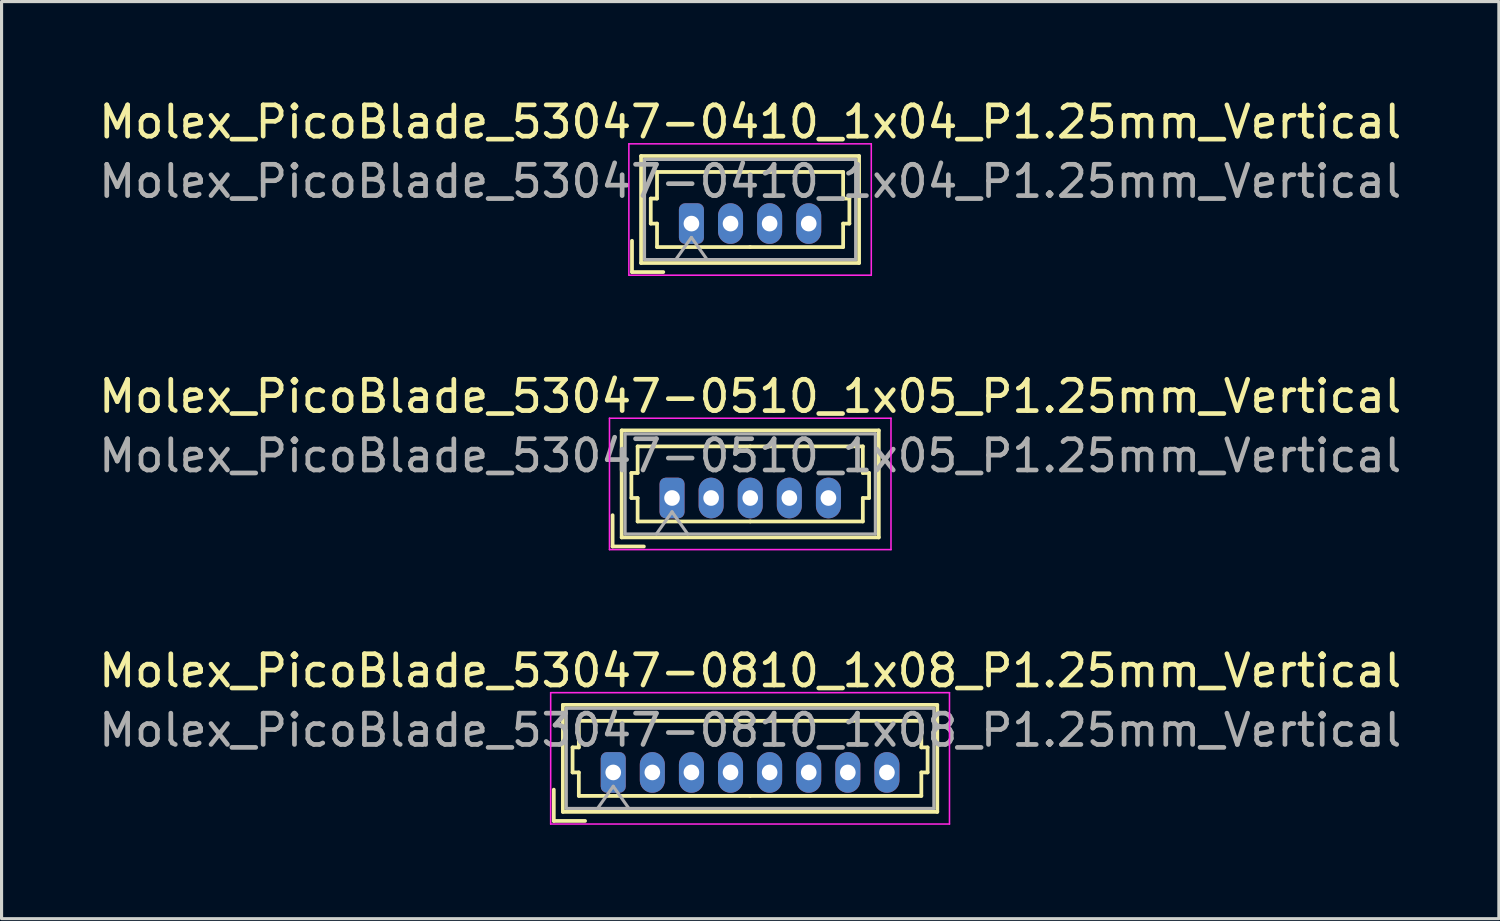
<source format=kicad_pcb>
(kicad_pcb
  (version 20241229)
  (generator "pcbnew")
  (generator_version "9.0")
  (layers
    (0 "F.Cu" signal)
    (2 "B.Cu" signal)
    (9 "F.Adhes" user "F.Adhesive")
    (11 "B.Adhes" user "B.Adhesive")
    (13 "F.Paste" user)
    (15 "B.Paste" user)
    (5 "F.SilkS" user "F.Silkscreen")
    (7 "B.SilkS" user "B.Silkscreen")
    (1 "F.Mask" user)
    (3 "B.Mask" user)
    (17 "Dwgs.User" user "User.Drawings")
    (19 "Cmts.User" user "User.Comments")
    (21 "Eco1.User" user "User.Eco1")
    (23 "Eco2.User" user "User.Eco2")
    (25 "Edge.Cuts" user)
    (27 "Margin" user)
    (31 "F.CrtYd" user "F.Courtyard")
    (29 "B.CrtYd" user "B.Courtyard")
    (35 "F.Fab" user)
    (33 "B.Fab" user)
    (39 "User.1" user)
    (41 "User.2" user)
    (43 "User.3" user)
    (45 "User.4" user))
  (footprint "Molex_PicoBlade_53047-0810_1x08_P1.25mm_Vertical"
    (layer "F.Cu")
    (at 16.555 21.645)
    (property "Reference" "Molex_PicoBlade_53047-0810_1x08_P1.25mm_Vertical" (at 4.38 -3.25 0) (layer "F.SilkS") (effects (font (size 1 1) (thickness 0.15))))
    (attr through_hole)
    (fp_line (start -1.9 1.55) (end -1.9 0.55) (stroke (width 0.12) (type solid)) (layer "F.SilkS"))
    (fp_line (start -1.9 1.55) (end -0.9 1.55) (stroke (width 0.12) (type solid)) (layer "F.SilkS"))
    (fp_line (start -1.61 -2.16) (end -1.61 1.26) (stroke (width 0.12) (type solid)) (layer "F.SilkS"))
    (fp_line (start -1.61 1.26) (end 10.36 1.26) (stroke (width 0.12) (type solid)) (layer "F.SilkS"))
    (fp_line (start -1.3 -0.8) (end -1.1 -0.8) (stroke (width 0.12) (type solid)) (layer "F.SilkS"))
    (fp_line (start -1.3 0) (end -1.3 -0.8) (stroke (width 0.12) (type solid)) (layer "F.SilkS"))
    (fp_line (start -1.1 -1.65) (end 4.375 -1.65) (stroke (width 0.12) (type solid)) (layer "F.SilkS"))
    (fp_line (start -1.1 -0.8) (end -1.1 -1.65) (stroke (width 0.12) (type solid)) (layer "F.SilkS"))
    (fp_line (start -1.1 0) (end -1.3 0) (stroke (width 0.12) (type solid)) (layer "F.SilkS"))
    (fp_line (start -1.1 0.75) (end -1.1 0) (stroke (width 0.12) (type solid)) (layer "F.SilkS"))
    (fp_line (start 4.375 0.75) (end -1.1 0.75) (stroke (width 0.12) (type solid)) (layer "F.SilkS"))
    (fp_line (start 4.375 0.75) (end 9.85 0.75) (stroke (width 0.12) (type solid)) (layer "F.SilkS"))
    (fp_line (start 9.85 -1.65) (end 4.375 -1.65) (stroke (width 0.12) (type solid)) (layer "F.SilkS"))
    (fp_line (start 9.85 -0.8) (end 9.85 -1.65) (stroke (width 0.12) (type solid)) (layer "F.SilkS"))
    (fp_line (start 9.85 0) (end 10.05 0) (stroke (width 0.12) (type solid)) (layer "F.SilkS"))
    (fp_line (start 9.85 0.75) (end 9.85 0) (stroke (width 0.12) (type solid)) (layer "F.SilkS"))
    (fp_line (start 10.05 -0.8) (end 9.85 -0.8) (stroke (width 0.12) (type solid)) (layer "F.SilkS"))
    (fp_line (start 10.05 0) (end 10.05 -0.8) (stroke (width 0.12) (type solid)) (layer "F.SilkS"))
    (fp_line (start 10.36 -2.16) (end -1.61 -2.16) (stroke (width 0.12) (type solid)) (layer "F.SilkS"))
    (fp_line (start 10.36 1.26) (end 10.36 -2.16) (stroke (width 0.12) (type solid)) (layer "F.SilkS"))
    (fp_line (start -2 -2.55) (end -2 1.65) (stroke (width 0.05) (type solid)) (layer "F.CrtYd"))
    (fp_line (start -2 1.65) (end 10.75 1.65) (stroke (width 0.05) (type solid)) (layer "F.CrtYd"))
    (fp_line (start 10.75 -2.55) (end -2 -2.55) (stroke (width 0.05) (type solid)) (layer "F.CrtYd"))
    (fp_line (start 10.75 1.65) (end 10.75 -2.55) (stroke (width 0.05) (type solid)) (layer "F.CrtYd"))
    (fp_line (start -1.5 -2.05) (end -1.5 1.15) (stroke (width 0.1) (type solid)) (layer "F.Fab"))
    (fp_line (start -1.5 1.15) (end 10.25 1.15) (stroke (width 0.1) (type solid)) (layer "F.Fab"))
    (fp_line (start -0.5 1.15) (end 0 0.443) (stroke (width 0.1) (type solid)) (layer "F.Fab"))
    (fp_line (start 0 0.443) (end 0.5 1.15) (stroke (width 0.1) (type solid)) (layer "F.Fab"))
    (fp_line (start 10.25 -2.05) (end -1.5 -2.05) (stroke (width 0.1) (type solid)) (layer "F.Fab"))
    (fp_line (start 10.25 1.15) (end 10.25 -2.05) (stroke (width 0.1) (type solid)) (layer "F.Fab"))
    (fp_text user "${REFERENCE}" (at 4.38 -1.35 0) (layer "F.Fab") (effects (font (size 1 1) (thickness 0.15))))
    (pad "1" thru_hole roundrect (at 0 0) (size 0.8 1.3) (drill 0.5) (layers "*.Cu" "*.Mask") (roundrect_rratio 0.25))
    (pad "2" thru_hole oval (at 1.25 0) (size 0.8 1.3) (drill 0.5) (layers "*.Cu" "*.Mask"))
    (pad "3" thru_hole oval (at 2.5 0) (size 0.8 1.3) (drill 0.5) (layers "*.Cu" "*.Mask"))
    (pad "4" thru_hole oval (at 3.75 0) (size 0.8 1.3) (drill 0.5) (layers "*.Cu" "*.Mask"))
    (pad "5" thru_hole oval (at 5 0) (size 0.8 1.3) (drill 0.5) (layers "*.Cu" "*.Mask"))
    (pad "6" thru_hole oval (at 6.25 0) (size 0.8 1.3) (drill 0.5) (layers "*.Cu" "*.Mask"))
    (pad "7" thru_hole oval (at 7.5 0) (size 0.8 1.3) (drill 0.5) (layers "*.Cu" "*.Mask"))
    (pad "8" thru_hole oval (at 8.75 0) (size 0.8 1.3) (drill 0.5) (layers "*.Cu" "*.Mask")))
  (footprint "Molex_PicoBlade_53047-0410_1x04_P1.25mm_Vertical"
    (layer "F.Cu")
    (at 19.055 4.098)
    (property "Reference" "Molex_PicoBlade_53047-0410_1x04_P1.25mm_Vertical" (at 1.88 -3.25 0) (layer "F.SilkS") (effects (font (size 1 1) (thickness 0.15))))
    (attr through_hole)
    (fp_line (start -1.9 1.55) (end -1.9 0.55) (stroke (width 0.12) (type solid)) (layer "F.SilkS"))
    (fp_line (start -1.9 1.55) (end -0.9 1.55) (stroke (width 0.12) (type solid)) (layer "F.SilkS"))
    (fp_line (start -1.61 -2.16) (end -1.61 1.26) (stroke (width 0.12) (type solid)) (layer "F.SilkS"))
    (fp_line (start -1.61 1.26) (end 5.36 1.26) (stroke (width 0.12) (type solid)) (layer "F.SilkS"))
    (fp_line (start -1.3 -0.8) (end -1.1 -0.8) (stroke (width 0.12) (type solid)) (layer "F.SilkS"))
    (fp_line (start -1.3 0) (end -1.3 -0.8) (stroke (width 0.12) (type solid)) (layer "F.SilkS"))
    (fp_line (start -1.1 -1.65) (end 1.875 -1.65) (stroke (width 0.12) (type solid)) (layer "F.SilkS"))
    (fp_line (start -1.1 -0.8) (end -1.1 -1.65) (stroke (width 0.12) (type solid)) (layer "F.SilkS"))
    (fp_line (start -1.1 0) (end -1.3 0) (stroke (width 0.12) (type solid)) (layer "F.SilkS"))
    (fp_line (start -1.1 0.75) (end -1.1 0) (stroke (width 0.12) (type solid)) (layer "F.SilkS"))
    (fp_line (start 1.875 0.75) (end -1.1 0.75) (stroke (width 0.12) (type solid)) (layer "F.SilkS"))
    (fp_line (start 1.875 0.75) (end 4.85 0.75) (stroke (width 0.12) (type solid)) (layer "F.SilkS"))
    (fp_line (start 4.85 -1.65) (end 1.875 -1.65) (stroke (width 0.12) (type solid)) (layer "F.SilkS"))
    (fp_line (start 4.85 -0.8) (end 4.85 -1.65) (stroke (width 0.12) (type solid)) (layer "F.SilkS"))
    (fp_line (start 4.85 0) (end 5.05 0) (stroke (width 0.12) (type solid)) (layer "F.SilkS"))
    (fp_line (start 4.85 0.75) (end 4.85 0) (stroke (width 0.12) (type solid)) (layer "F.SilkS"))
    (fp_line (start 5.05 -0.8) (end 4.85 -0.8) (stroke (width 0.12) (type solid)) (layer "F.SilkS"))
    (fp_line (start 5.05 0) (end 5.05 -0.8) (stroke (width 0.12) (type solid)) (layer "F.SilkS"))
    (fp_line (start 5.36 -2.16) (end -1.61 -2.16) (stroke (width 0.12) (type solid)) (layer "F.SilkS"))
    (fp_line (start 5.36 1.26) (end 5.36 -2.16) (stroke (width 0.12) (type solid)) (layer "F.SilkS"))
    (fp_line (start -2 -2.55) (end -2 1.65) (stroke (width 0.05) (type solid)) (layer "F.CrtYd"))
    (fp_line (start -2 1.65) (end 5.75 1.65) (stroke (width 0.05) (type solid)) (layer "F.CrtYd"))
    (fp_line (start 5.75 -2.55) (end -2 -2.55) (stroke (width 0.05) (type solid)) (layer "F.CrtYd"))
    (fp_line (start 5.75 1.65) (end 5.75 -2.55) (stroke (width 0.05) (type solid)) (layer "F.CrtYd"))
    (fp_line (start -1.5 -2.05) (end -1.5 1.15) (stroke (width 0.1) (type solid)) (layer "F.Fab"))
    (fp_line (start -1.5 1.15) (end 5.25 1.15) (stroke (width 0.1) (type solid)) (layer "F.Fab"))
    (fp_line (start -0.5 1.15) (end 0 0.443) (stroke (width 0.1) (type solid)) (layer "F.Fab"))
    (fp_line (start 0 0.443) (end 0.5 1.15) (stroke (width 0.1) (type solid)) (layer "F.Fab"))
    (fp_line (start 5.25 -2.05) (end -1.5 -2.05) (stroke (width 0.1) (type solid)) (layer "F.Fab"))
    (fp_line (start 5.25 1.15) (end 5.25 -2.05) (stroke (width 0.1) (type solid)) (layer "F.Fab"))
    (fp_text user "${REFERENCE}" (at 1.88 -1.35 0) (layer "F.Fab") (effects (font (size 1 1) (thickness 0.15))))
    (pad "1" thru_hole roundrect (at 0 0) (size 0.8 1.3) (drill 0.5) (layers "*.Cu" "*.Mask") (roundrect_rratio 0.25))
    (pad "2" thru_hole oval (at 1.25 0) (size 0.8 1.3) (drill 0.5) (layers "*.Cu" "*.Mask"))
    (pad "3" thru_hole oval (at 2.5 0) (size 0.8 1.3) (drill 0.5) (layers "*.Cu" "*.Mask"))
    (pad "4" thru_hole oval (at 3.75 0) (size 0.8 1.3) (drill 0.5) (layers "*.Cu" "*.Mask")))
  (footprint "Molex_PicoBlade_53047-0510_1x05_P1.25mm_Vertical"
    (layer "F.Cu")
    (at 18.435 12.871)
    (property "Reference" "Molex_PicoBlade_53047-0510_1x05_P1.25mm_Vertical" (at 2.5 -3.25 0) (layer "F.SilkS") (effects (font (size 1 1) (thickness 0.15))))
    (attr through_hole)
    (fp_line (start -1.9 1.55) (end -1.9 0.55) (stroke (width 0.12) (type solid)) (layer "F.SilkS"))
    (fp_line (start -1.9 1.55) (end -0.9 1.55) (stroke (width 0.12) (type solid)) (layer "F.SilkS"))
    (fp_line (start -1.61 -2.16) (end -1.61 1.26) (stroke (width 0.12) (type solid)) (layer "F.SilkS"))
    (fp_line (start -1.61 1.26) (end 6.61 1.26) (stroke (width 0.12) (type solid)) (layer "F.SilkS"))
    (fp_line (start -1.3 -0.8) (end -1.1 -0.8) (stroke (width 0.12) (type solid)) (layer "F.SilkS"))
    (fp_line (start -1.3 0) (end -1.3 -0.8) (stroke (width 0.12) (type solid)) (layer "F.SilkS"))
    (fp_line (start -1.1 -1.65) (end 2.5 -1.65) (stroke (width 0.12) (type solid)) (layer "F.SilkS"))
    (fp_line (start -1.1 -0.8) (end -1.1 -1.65) (stroke (width 0.12) (type solid)) (layer "F.SilkS"))
    (fp_line (start -1.1 0) (end -1.3 0) (stroke (width 0.12) (type solid)) (layer "F.SilkS"))
    (fp_line (start -1.1 0.75) (end -1.1 0) (stroke (width 0.12) (type solid)) (layer "F.SilkS"))
    (fp_line (start 2.5 0.75) (end -1.1 0.75) (stroke (width 0.12) (type solid)) (layer "F.SilkS"))
    (fp_line (start 2.5 0.75) (end 6.1 0.75) (stroke (width 0.12) (type solid)) (layer "F.SilkS"))
    (fp_line (start 6.1 -1.65) (end 2.5 -1.65) (stroke (width 0.12) (type solid)) (layer "F.SilkS"))
    (fp_line (start 6.1 -0.8) (end 6.1 -1.65) (stroke (width 0.12) (type solid)) (layer "F.SilkS"))
    (fp_line (start 6.1 0) (end 6.3 0) (stroke (width 0.12) (type solid)) (layer "F.SilkS"))
    (fp_line (start 6.1 0.75) (end 6.1 0) (stroke (width 0.12) (type solid)) (layer "F.SilkS"))
    (fp_line (start 6.3 -0.8) (end 6.1 -0.8) (stroke (width 0.12) (type solid)) (layer "F.SilkS"))
    (fp_line (start 6.3 0) (end 6.3 -0.8) (stroke (width 0.12) (type solid)) (layer "F.SilkS"))
    (fp_line (start 6.61 -2.16) (end -1.61 -2.16) (stroke (width 0.12) (type solid)) (layer "F.SilkS"))
    (fp_line (start 6.61 1.26) (end 6.61 -2.16) (stroke (width 0.12) (type solid)) (layer "F.SilkS"))
    (fp_line (start -2 -2.55) (end -2 1.65) (stroke (width 0.05) (type solid)) (layer "F.CrtYd"))
    (fp_line (start -2 1.65) (end 7 1.65) (stroke (width 0.05) (type solid)) (layer "F.CrtYd"))
    (fp_line (start 7 -2.55) (end -2 -2.55) (stroke (width 0.05) (type solid)) (layer "F.CrtYd"))
    (fp_line (start 7 1.65) (end 7 -2.55) (stroke (width 0.05) (type solid)) (layer "F.CrtYd"))
    (fp_line (start -1.5 -2.05) (end -1.5 1.15) (stroke (width 0.1) (type solid)) (layer "F.Fab"))
    (fp_line (start -1.5 1.15) (end 6.5 1.15) (stroke (width 0.1) (type solid)) (layer "F.Fab"))
    (fp_line (start -0.5 1.15) (end 0 0.443) (stroke (width 0.1) (type solid)) (layer "F.Fab"))
    (fp_line (start 0 0.443) (end 0.5 1.15) (stroke (width 0.1) (type solid)) (layer "F.Fab"))
    (fp_line (start 6.5 -2.05) (end -1.5 -2.05) (stroke (width 0.1) (type solid)) (layer "F.Fab"))
    (fp_line (start 6.5 1.15) (end 6.5 -2.05) (stroke (width 0.1) (type solid)) (layer "F.Fab"))
    (fp_text user "${REFERENCE}" (at 2.5 -1.35 0) (layer "F.Fab") (effects (font (size 1 1) (thickness 0.15))))
    (pad "1" thru_hole roundrect (at 0 0) (size 0.8 1.3) (drill 0.5) (layers "*.Cu" "*.Mask") (roundrect_rratio 0.25))
    (pad "2" thru_hole oval (at 1.25 0) (size 0.8 1.3) (drill 0.5) (layers "*.Cu" "*.Mask"))
    (pad "3" thru_hole oval (at 2.5 0) (size 0.8 1.3) (drill 0.5) (layers "*.Cu" "*.Mask"))
    (pad "4" thru_hole oval (at 3.75 0) (size 0.8 1.3) (drill 0.5) (layers "*.Cu" "*.Mask"))
    (pad "5" thru_hole oval (at 5 0) (size 0.8 1.3) (drill 0.5) (layers "*.Cu" "*.Mask")))
  (gr_rect
    (start -3 -3)
    (end 44.869 26.32)
    (stroke (width 0.1) (type default))
    (fill no)
    (layer "Edge.Cuts")))
</source>
